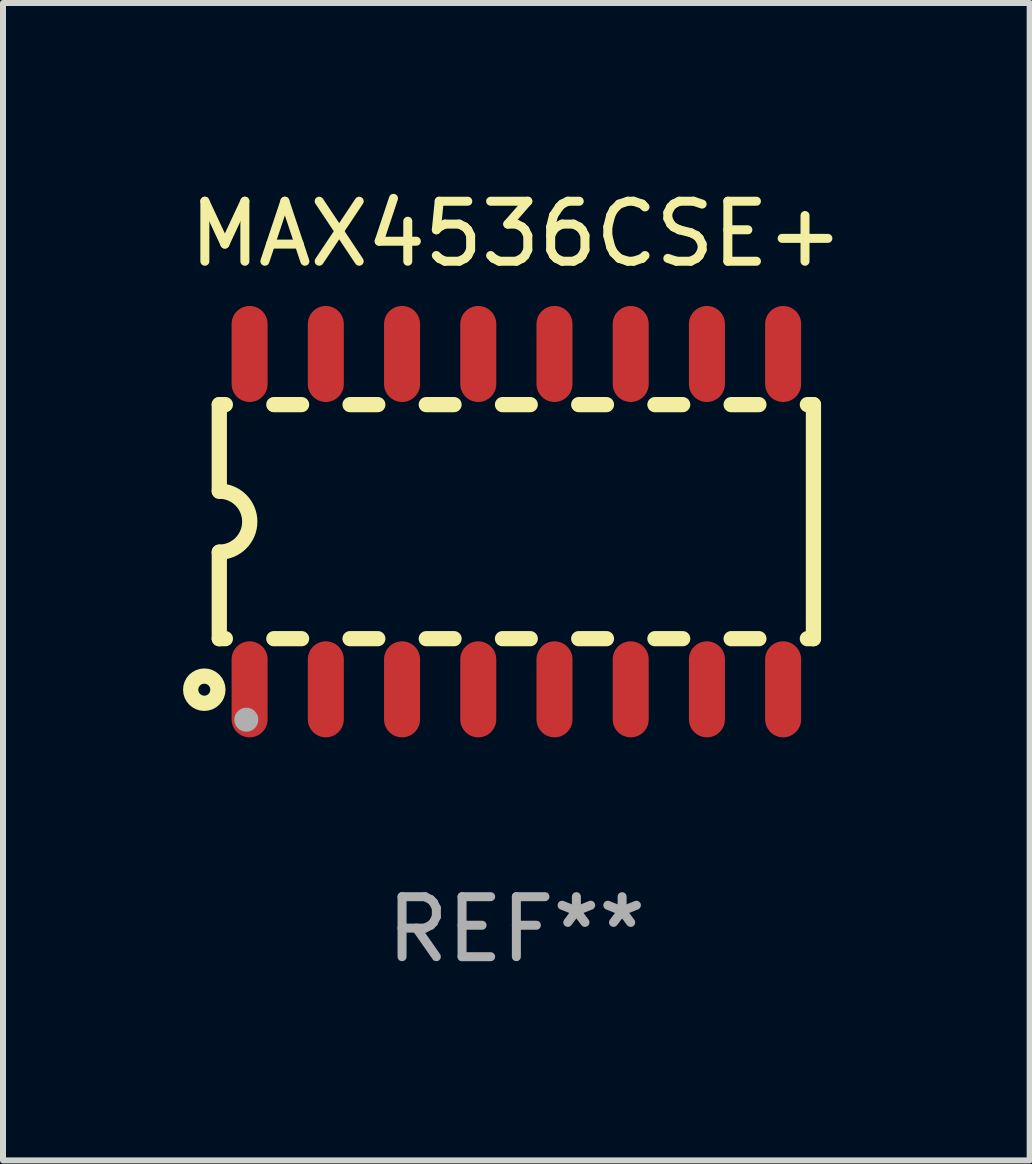
<source format=kicad_pcb>
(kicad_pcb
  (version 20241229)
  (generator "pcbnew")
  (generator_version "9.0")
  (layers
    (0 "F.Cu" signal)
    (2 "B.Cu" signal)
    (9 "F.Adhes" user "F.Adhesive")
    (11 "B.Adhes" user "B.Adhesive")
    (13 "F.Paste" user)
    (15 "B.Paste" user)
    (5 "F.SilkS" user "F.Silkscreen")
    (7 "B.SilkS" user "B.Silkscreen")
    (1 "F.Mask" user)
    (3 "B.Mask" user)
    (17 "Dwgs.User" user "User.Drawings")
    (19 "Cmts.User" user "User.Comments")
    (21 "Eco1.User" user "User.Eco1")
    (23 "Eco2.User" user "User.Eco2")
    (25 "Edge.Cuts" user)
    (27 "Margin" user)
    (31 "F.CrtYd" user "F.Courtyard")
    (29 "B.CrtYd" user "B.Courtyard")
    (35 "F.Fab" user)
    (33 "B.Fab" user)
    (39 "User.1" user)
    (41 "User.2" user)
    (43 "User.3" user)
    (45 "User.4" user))
  (footprint "MAX4536CSE+"
    (layer "F.Cu")
    (at 5.554 5.642)
    (property "Reference" "MAX4536CSE+" (at 0 -4.794 0) (layer "F.SilkS") (effects (font (size 1 1) (thickness 0.15))))
    (attr through_hole)
    (fp_line (start -4.95 -1.95) (end -4.95 -0.508) (stroke (width 0.254) (type solid)) (layer "F.SilkS"))
    (fp_line (start -4.95 -1.95) (end -4.849 -1.95) (stroke (width 0.254) (type solid)) (layer "F.SilkS"))
    (fp_line (start -4.95 1.95) (end -4.95 0.508) (stroke (width 0.254) (type solid)) (layer "F.SilkS"))
    (fp_line (start -4.95 1.95) (end -4.849 1.95) (stroke (width 0.254) (type solid)) (layer "F.SilkS"))
    (fp_line (start -4.041 -1.95) (end -3.579 -1.95) (stroke (width 0.254) (type solid)) (layer "F.SilkS"))
    (fp_line (start -4.041 1.95) (end -3.579 1.95) (stroke (width 0.254) (type solid)) (layer "F.SilkS"))
    (fp_line (start -2.771 -1.95) (end -2.309 -1.95) (stroke (width 0.254) (type solid)) (layer "F.SilkS"))
    (fp_line (start -2.771 1.95) (end -2.309 1.95) (stroke (width 0.254) (type solid)) (layer "F.SilkS"))
    (fp_line (start -1.501 -1.95) (end -1.039 -1.95) (stroke (width 0.254) (type solid)) (layer "F.SilkS"))
    (fp_line (start -1.501 1.95) (end -1.039 1.95) (stroke (width 0.254) (type solid)) (layer "F.SilkS"))
    (fp_line (start -0.231 -1.95) (end 0.231 -1.95) (stroke (width 0.254) (type solid)) (layer "F.SilkS"))
    (fp_line (start -0.231 1.95) (end 0.231 1.95) (stroke (width 0.254) (type solid)) (layer "F.SilkS"))
    (fp_line (start 1.039 -1.95) (end 1.501 -1.95) (stroke (width 0.254) (type solid)) (layer "F.SilkS"))
    (fp_line (start 1.039 1.95) (end 1.501 1.95) (stroke (width 0.254) (type solid)) (layer "F.SilkS"))
    (fp_line (start 2.309 -1.95) (end 2.771 -1.95) (stroke (width 0.254) (type solid)) (layer "F.SilkS"))
    (fp_line (start 2.309 1.95) (end 2.771 1.95) (stroke (width 0.254) (type solid)) (layer "F.SilkS"))
    (fp_line (start 3.579 -1.95) (end 4.041 -1.95) (stroke (width 0.254) (type solid)) (layer "F.SilkS"))
    (fp_line (start 3.579 1.95) (end 4.041 1.95) (stroke (width 0.254) (type solid)) (layer "F.SilkS"))
    (fp_line (start 4.849 -1.95) (end 4.95 -1.95) (stroke (width 0.254) (type solid)) (layer "F.SilkS"))
    (fp_line (start 4.849 1.95) (end 4.95 1.95) (stroke (width 0.254) (type solid)) (layer "F.SilkS"))
    (fp_line (start 4.95 -1.95) (end 4.95 1.95) (stroke (width 0.254) (type solid)) (layer "F.SilkS"))
    (fp_arc (start -4.95047 -0.508001) (mid -4.442469 -0.000228) (end -4.950013 0.508001) (stroke (width 0.254001) (type solid)) (layer "F.SilkS"))
    (fp_circle (center -5.2 2.8) (end -5.1 2.8) (stroke (width 0.254) (type solid)) (fill no) (layer "F.SilkS"))
    (fp_circle (center -4.95 2.947) (end -4.92 2.947) (stroke (width 0.06) (type solid)) (fill no) (layer "F.SilkS"))
    (fp_circle (center -4.5 3.3) (end -4.4 3.3) (stroke (width 0.2) (type solid)) (fill no) (layer "F.Fab"))
    (fp_text user "REF**" (at 0 6.794 0) (layer "F.Fab") (effects (font (size 1 1) (thickness 0.15))))
    (pad "1" smd oval (at -4.445 2.794) (size 0.6 1.6) (layers "F.Cu" "F.Mask" "F.Paste"))
    (pad "2" smd oval (at -3.175 2.794) (size 0.6 1.6) (layers "F.Cu" "F.Mask" "F.Paste"))
    (pad "3" smd oval (at -1.905 2.794) (size 0.6 1.6) (layers "F.Cu" "F.Mask" "F.Paste"))
    (pad "4" smd oval (at -0.635 2.794) (size 0.6 1.6) (layers "F.Cu" "F.Mask" "F.Paste"))
    (pad "5" smd oval (at 0.635 2.794) (size 0.6 1.6) (layers "F.Cu" "F.Mask" "F.Paste"))
    (pad "6" smd oval (at 1.905 2.794) (size 0.6 1.6) (layers "F.Cu" "F.Mask" "F.Paste"))
    (pad "7" smd oval (at 3.175 2.794) (size 0.6 1.6) (layers "F.Cu" "F.Mask" "F.Paste"))
    (pad "8" smd oval (at 4.445 2.794) (size 0.6 1.6) (layers "F.Cu" "F.Mask" "F.Paste"))
    (pad "9" smd oval (at 4.445 -2.794) (size 0.6 1.6) (layers "F.Cu" "F.Mask" "F.Paste"))
    (pad "10" smd oval (at 3.175 -2.794) (size 0.6 1.6) (layers "F.Cu" "F.Mask" "F.Paste"))
    (pad "11" smd oval (at 1.905 -2.794) (size 0.6 1.6) (layers "F.Cu" "F.Mask" "F.Paste"))
    (pad "12" smd oval (at 0.635 -2.794) (size 0.6 1.6) (layers "F.Cu" "F.Mask" "F.Paste"))
    (pad "13" smd oval (at -0.635 -2.794) (size 0.6 1.6) (layers "F.Cu" "F.Mask" "F.Paste"))
    (pad "14" smd oval (at -1.905 -2.794) (size 0.6 1.6) (layers "F.Cu" "F.Mask" "F.Paste"))
    (pad "15" smd oval (at -3.175 -2.794) (size 0.6 1.6) (layers "F.Cu" "F.Mask" "F.Paste"))
    (pad "16" smd oval (at -4.445 -2.794) (size 0.6 1.6) (layers "F.Cu" "F.Mask" "F.Paste")))
  (gr_rect
    (start -3 -3)
    (end 14.107 16.285)
    (stroke (width 0.1) (type default))
    (fill no)
    (layer "Edge.Cuts")))
</source>
